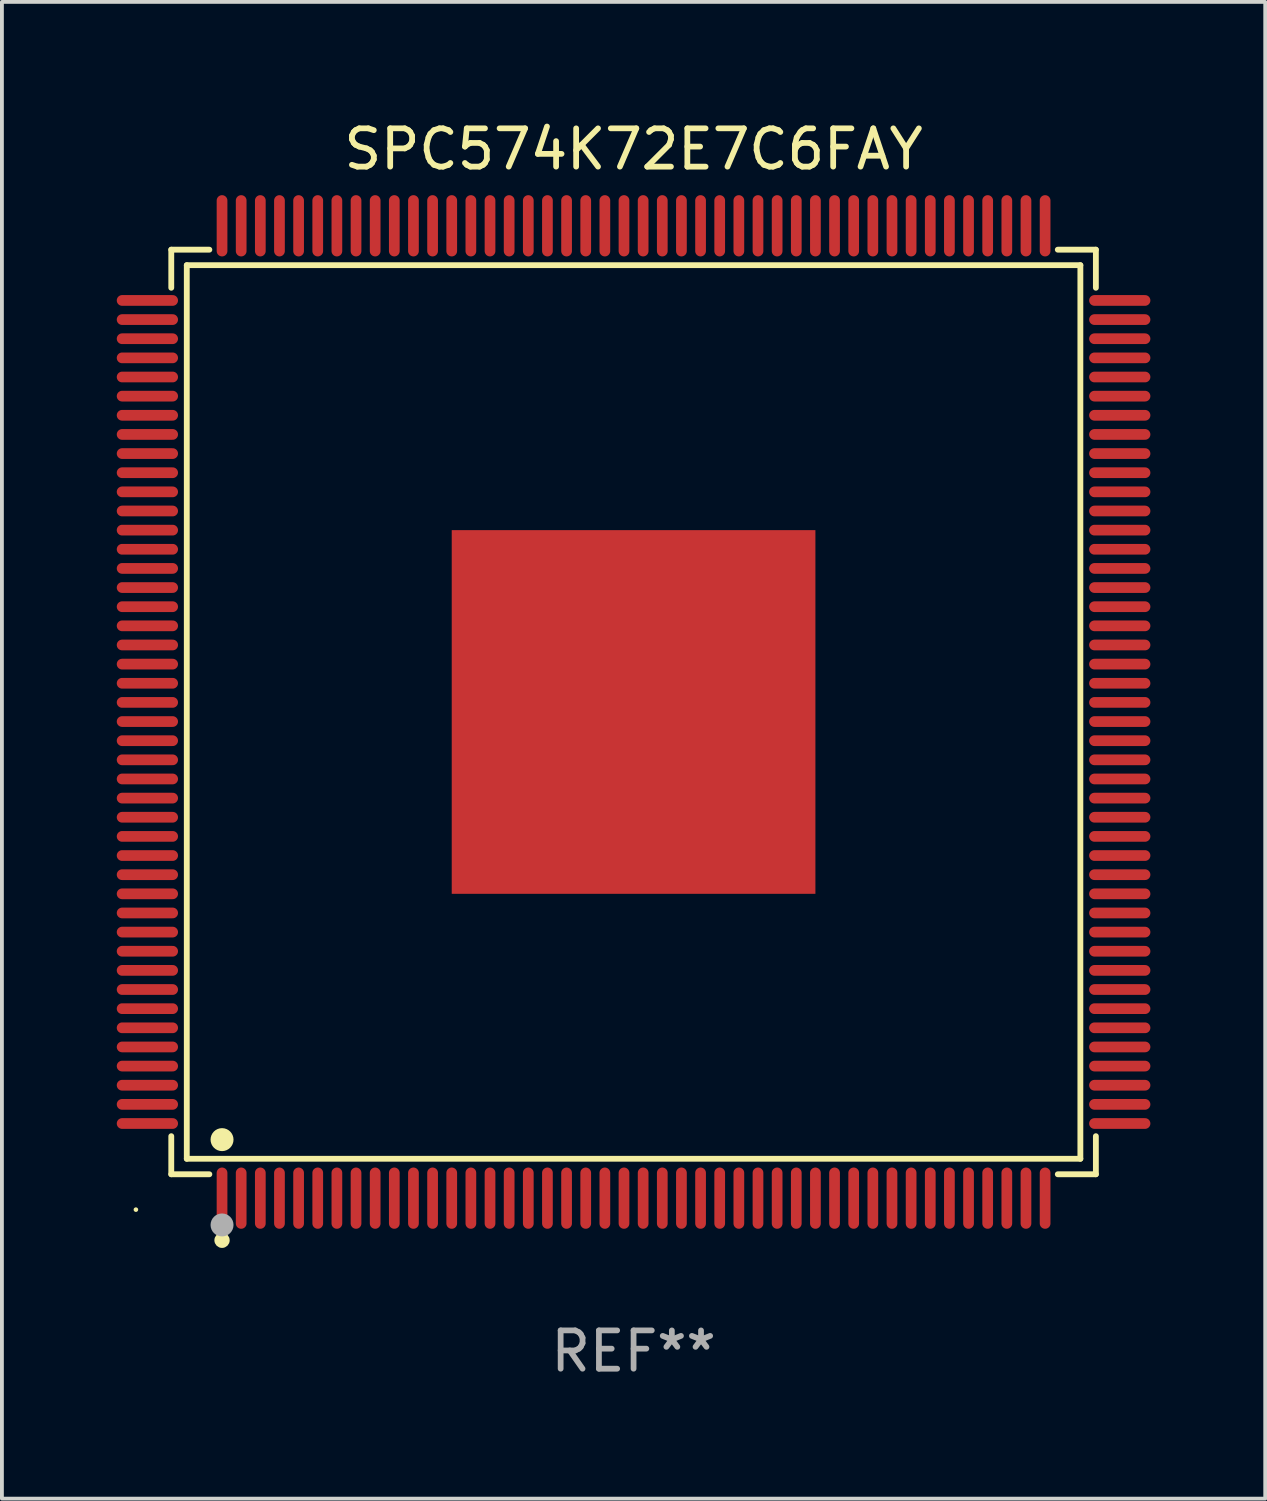
<source format=kicad_pcb>
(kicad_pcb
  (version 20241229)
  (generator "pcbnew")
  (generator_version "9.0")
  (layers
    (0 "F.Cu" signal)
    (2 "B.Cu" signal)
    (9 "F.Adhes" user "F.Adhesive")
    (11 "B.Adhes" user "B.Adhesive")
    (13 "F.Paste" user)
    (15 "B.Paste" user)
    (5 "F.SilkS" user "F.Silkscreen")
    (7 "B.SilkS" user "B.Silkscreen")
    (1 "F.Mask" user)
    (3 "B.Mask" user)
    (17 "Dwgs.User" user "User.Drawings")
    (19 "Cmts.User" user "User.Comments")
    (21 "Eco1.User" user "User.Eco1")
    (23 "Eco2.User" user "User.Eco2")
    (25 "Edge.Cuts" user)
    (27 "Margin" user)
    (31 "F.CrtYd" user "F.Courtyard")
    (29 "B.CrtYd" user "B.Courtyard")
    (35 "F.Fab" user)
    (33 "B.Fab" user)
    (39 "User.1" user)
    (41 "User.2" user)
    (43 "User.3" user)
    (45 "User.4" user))
  (footprint "SPC574K72E7C6FAY"
    (layer "F.Cu")
    (at 13.5 15.548)
    (property "Reference" "SPC574K72E7C6FAY" (at 0 -14.7 0) (layer "F.SilkS") (effects (font (size 1 1) (thickness 0.15))))
    (attr through_hole)
    (fp_line (start -12.076 -12.076) (end -11.081 -12.076) (stroke (width 0.152) (type solid)) (layer "F.SilkS"))
    (fp_line (start -12.076 -11.081) (end -12.076 -12.076) (stroke (width 0.152) (type solid)) (layer "F.SilkS"))
    (fp_line (start -12.076 11.081) (end -12.076 12.076) (stroke (width 0.152) (type solid)) (layer "F.SilkS"))
    (fp_line (start -12.076 12.076) (end -11.081 12.076) (stroke (width 0.152) (type solid)) (layer "F.SilkS"))
    (fp_line (start -11.671 -11.671) (end 11.671 -11.671) (stroke (width 0.152) (type solid)) (layer "F.SilkS"))
    (fp_line (start -11.671 11.671) (end -11.671 -11.671) (stroke (width 0.152) (type solid)) (layer "F.SilkS"))
    (fp_line (start 11.671 -11.671) (end 11.671 11.671) (stroke (width 0.152) (type solid)) (layer "F.SilkS"))
    (fp_line (start 11.671 11.671) (end -11.671 11.671) (stroke (width 0.152) (type solid)) (layer "F.SilkS"))
    (fp_line (start 12.076 -12.076) (end 11.081 -12.076) (stroke (width 0.152) (type solid)) (layer "F.SilkS"))
    (fp_line (start 12.076 -11.081) (end 12.076 -12.076) (stroke (width 0.152) (type solid)) (layer "F.SilkS"))
    (fp_line (start 12.076 11.081) (end 12.076 12.076) (stroke (width 0.152) (type solid)) (layer "F.SilkS"))
    (fp_line (start 12.076 12.076) (end 11.081 12.076) (stroke (width 0.152) (type solid)) (layer "F.SilkS"))
    (fp_circle (center -13 13) (end -12.97 13) (stroke (width 0.06) (type solid)) (fill no) (layer "F.SilkS"))
    (fp_circle (center -10.75 11.171) (end -10.6 11.171) (stroke (width 0.3) (type solid)) (fill no) (layer "F.SilkS"))
    (fp_circle (center -10.75 13.8) (end -10.65 13.8) (stroke (width 0.2) (type solid)) (fill no) (layer "F.SilkS"))
    (fp_circle (center -10.75 13.4) (end -10.6 13.4) (stroke (width 0.3) (type solid)) (fill no) (layer "F.Fab"))
    (fp_text user "REF**" (at 0 16.7 0) (layer "F.Fab") (effects (font (size 1 1) (thickness 0.15))))
    (pad "1" smd oval (at -10.75 12.7) (size 0.28 1.6) (layers "F.Cu" "F.Mask" "F.Paste"))
    (pad "2" smd oval (at -10.25 12.7) (size 0.28 1.6) (layers "F.Cu" "F.Mask" "F.Paste"))
    (pad "3" smd oval (at -9.75 12.7) (size 0.28 1.6) (layers "F.Cu" "F.Mask" "F.Paste"))
    (pad "4" smd oval (at -9.25 12.7) (size 0.28 1.6) (layers "F.Cu" "F.Mask" "F.Paste"))
    (pad "5" smd oval (at -8.75 12.7) (size 0.28 1.6) (layers "F.Cu" "F.Mask" "F.Paste"))
    (pad "6" smd oval (at -8.25 12.7) (size 0.28 1.6) (layers "F.Cu" "F.Mask" "F.Paste"))
    (pad "7" smd oval (at -7.75 12.7) (size 0.28 1.6) (layers "F.Cu" "F.Mask" "F.Paste"))
    (pad "8" smd oval (at -7.25 12.7) (size 0.28 1.6) (layers "F.Cu" "F.Mask" "F.Paste"))
    (pad "9" smd oval (at -6.75 12.7) (size 0.28 1.6) (layers "F.Cu" "F.Mask" "F.Paste"))
    (pad "10" smd oval (at -6.25 12.7) (size 0.28 1.6) (layers "F.Cu" "F.Mask" "F.Paste"))
    (pad "11" smd oval (at -5.75 12.7) (size 0.28 1.6) (layers "F.Cu" "F.Mask" "F.Paste"))
    (pad "12" smd oval (at -5.25 12.7) (size 0.28 1.6) (layers "F.Cu" "F.Mask" "F.Paste"))
    (pad "13" smd oval (at -4.75 12.7) (size 0.28 1.6) (layers "F.Cu" "F.Mask" "F.Paste"))
    (pad "14" smd oval (at -4.25 12.7) (size 0.28 1.6) (layers "F.Cu" "F.Mask" "F.Paste"))
    (pad "15" smd oval (at -3.75 12.7) (size 0.28 1.6) (layers "F.Cu" "F.Mask" "F.Paste"))
    (pad "16" smd oval (at -3.25 12.7) (size 0.28 1.6) (layers "F.Cu" "F.Mask" "F.Paste"))
    (pad "17" smd oval (at -2.75 12.7) (size 0.28 1.6) (layers "F.Cu" "F.Mask" "F.Paste"))
    (pad "18" smd oval (at -2.25 12.7) (size 0.28 1.6) (layers "F.Cu" "F.Mask" "F.Paste"))
    (pad "19" smd oval (at -1.75 12.7) (size 0.28 1.6) (layers "F.Cu" "F.Mask" "F.Paste"))
    (pad "20" smd oval (at -1.25 12.7) (size 0.28 1.6) (layers "F.Cu" "F.Mask" "F.Paste"))
    (pad "21" smd oval (at -0.75 12.7) (size 0.28 1.6) (layers "F.Cu" "F.Mask" "F.Paste"))
    (pad "22" smd oval (at -0.25 12.7) (size 0.28 1.6) (layers "F.Cu" "F.Mask" "F.Paste"))
    (pad "23" smd oval (at 0.25 12.7) (size 0.28 1.6) (layers "F.Cu" "F.Mask" "F.Paste"))
    (pad "24" smd oval (at 0.75 12.7) (size 0.28 1.6) (layers "F.Cu" "F.Mask" "F.Paste"))
    (pad "25" smd oval (at 1.25 12.7) (size 0.28 1.6) (layers "F.Cu" "F.Mask" "F.Paste"))
    (pad "26" smd oval (at 1.75 12.7) (size 0.28 1.6) (layers "F.Cu" "F.Mask" "F.Paste"))
    (pad "27" smd oval (at 2.25 12.7) (size 0.28 1.6) (layers "F.Cu" "F.Mask" "F.Paste"))
    (pad "28" smd oval (at 2.75 12.7) (size 0.28 1.6) (layers "F.Cu" "F.Mask" "F.Paste"))
    (pad "29" smd oval (at 3.25 12.7) (size 0.28 1.6) (layers "F.Cu" "F.Mask" "F.Paste"))
    (pad "30" smd oval (at 3.75 12.7) (size 0.28 1.6) (layers "F.Cu" "F.Mask" "F.Paste"))
    (pad "31" smd oval (at 4.25 12.7) (size 0.28 1.6) (layers "F.Cu" "F.Mask" "F.Paste"))
    (pad "32" smd oval (at 4.75 12.7) (size 0.28 1.6) (layers "F.Cu" "F.Mask" "F.Paste"))
    (pad "33" smd oval (at 5.25 12.7) (size 0.28 1.6) (layers "F.Cu" "F.Mask" "F.Paste"))
    (pad "34" smd oval (at 5.75 12.7) (size 0.28 1.6) (layers "F.Cu" "F.Mask" "F.Paste"))
    (pad "35" smd oval (at 6.25 12.7) (size 0.28 1.6) (layers "F.Cu" "F.Mask" "F.Paste"))
    (pad "36" smd oval (at 6.75 12.7) (size 0.28 1.6) (layers "F.Cu" "F.Mask" "F.Paste"))
    (pad "37" smd oval (at 7.25 12.7) (size 0.28 1.6) (layers "F.Cu" "F.Mask" "F.Paste"))
    (pad "38" smd oval (at 7.75 12.7) (size 0.28 1.6) (layers "F.Cu" "F.Mask" "F.Paste"))
    (pad "39" smd oval (at 8.25 12.7) (size 0.28 1.6) (layers "F.Cu" "F.Mask" "F.Paste"))
    (pad "40" smd oval (at 8.75 12.7) (size 0.28 1.6) (layers "F.Cu" "F.Mask" "F.Paste"))
    (pad "41" smd oval (at 9.25 12.7) (size 0.28 1.6) (layers "F.Cu" "F.Mask" "F.Paste"))
    (pad "42" smd oval (at 9.75 12.7) (size 0.28 1.6) (layers "F.Cu" "F.Mask" "F.Paste"))
    (pad "43" smd oval (at 10.25 12.7) (size 0.28 1.6) (layers "F.Cu" "F.Mask" "F.Paste"))
    (pad "44" smd oval (at 10.75 12.7) (size 0.28 1.6) (layers "F.Cu" "F.Mask" "F.Paste"))
    (pad "45" smd oval (at 12.7 10.75) (size 1.6 0.28) (layers "F.Cu" "F.Mask" "F.Paste"))
    (pad "46" smd oval (at 12.7 10.25) (size 1.6 0.28) (layers "F.Cu" "F.Mask" "F.Paste"))
    (pad "47" smd oval (at 12.7 9.75) (size 1.6 0.28) (layers "F.Cu" "F.Mask" "F.Paste"))
    (pad "48" smd oval (at 12.7 9.25) (size 1.6 0.28) (layers "F.Cu" "F.Mask" "F.Paste"))
    (pad "49" smd oval (at 12.7 8.75) (size 1.6 0.28) (layers "F.Cu" "F.Mask" "F.Paste"))
    (pad "50" smd oval (at 12.7 8.25) (size 1.6 0.28) (layers "F.Cu" "F.Mask" "F.Paste"))
    (pad "51" smd oval (at 12.7 7.75) (size 1.6 0.28) (layers "F.Cu" "F.Mask" "F.Paste"))
    (pad "52" smd oval (at 12.7 7.25) (size 1.6 0.28) (layers "F.Cu" "F.Mask" "F.Paste"))
    (pad "53" smd oval (at 12.7 6.75) (size 1.6 0.28) (layers "F.Cu" "F.Mask" "F.Paste"))
    (pad "54" smd oval (at 12.7 6.25) (size 1.6 0.28) (layers "F.Cu" "F.Mask" "F.Paste"))
    (pad "55" smd oval (at 12.7 5.75) (size 1.6 0.28) (layers "F.Cu" "F.Mask" "F.Paste"))
    (pad "56" smd oval (at 12.7 5.25) (size 1.6 0.28) (layers "F.Cu" "F.Mask" "F.Paste"))
    (pad "57" smd oval (at 12.7 4.75) (size 1.6 0.28) (layers "F.Cu" "F.Mask" "F.Paste"))
    (pad "58" smd oval (at 12.7 4.25) (size 1.6 0.28) (layers "F.Cu" "F.Mask" "F.Paste"))
    (pad "59" smd oval (at 12.7 3.75) (size 1.6 0.28) (layers "F.Cu" "F.Mask" "F.Paste"))
    (pad "60" smd oval (at 12.7 3.25) (size 1.6 0.28) (layers "F.Cu" "F.Mask" "F.Paste"))
    (pad "61" smd oval (at 12.7 2.75) (size 1.6 0.28) (layers "F.Cu" "F.Mask" "F.Paste"))
    (pad "62" smd oval (at 12.7 2.25) (size 1.6 0.28) (layers "F.Cu" "F.Mask" "F.Paste"))
    (pad "63" smd oval (at 12.7 1.75) (size 1.6 0.28) (layers "F.Cu" "F.Mask" "F.Paste"))
    (pad "64" smd oval (at 12.7 1.25) (size 1.6 0.28) (layers "F.Cu" "F.Mask" "F.Paste"))
    (pad "65" smd oval (at 12.7 0.75) (size 1.6 0.28) (layers "F.Cu" "F.Mask" "F.Paste"))
    (pad "66" smd oval (at 12.7 0.25) (size 1.6 0.28) (layers "F.Cu" "F.Mask" "F.Paste"))
    (pad "67" smd oval (at 12.7 -0.25) (size 1.6 0.28) (layers "F.Cu" "F.Mask" "F.Paste"))
    (pad "68" smd oval (at 12.7 -0.75) (size 1.6 0.28) (layers "F.Cu" "F.Mask" "F.Paste"))
    (pad "69" smd oval (at 12.7 -1.25) (size 1.6 0.28) (layers "F.Cu" "F.Mask" "F.Paste"))
    (pad "70" smd oval (at 12.7 -1.75) (size 1.6 0.28) (layers "F.Cu" "F.Mask" "F.Paste"))
    (pad "71" smd oval (at 12.7 -2.25) (size 1.6 0.28) (layers "F.Cu" "F.Mask" "F.Paste"))
    (pad "72" smd oval (at 12.7 -2.75) (size 1.6 0.28) (layers "F.Cu" "F.Mask" "F.Paste"))
    (pad "73" smd oval (at 12.7 -3.25) (size 1.6 0.28) (layers "F.Cu" "F.Mask" "F.Paste"))
    (pad "74" smd oval (at 12.7 -3.75) (size 1.6 0.28) (layers "F.Cu" "F.Mask" "F.Paste"))
    (pad "75" smd oval (at 12.7 -4.25) (size 1.6 0.28) (layers "F.Cu" "F.Mask" "F.Paste"))
    (pad "76" smd oval (at 12.7 -4.75) (size 1.6 0.28) (layers "F.Cu" "F.Mask" "F.Paste"))
    (pad "77" smd oval (at 12.7 -5.25) (size 1.6 0.28) (layers "F.Cu" "F.Mask" "F.Paste"))
    (pad "78" smd oval (at 12.7 -5.75) (size 1.6 0.28) (layers "F.Cu" "F.Mask" "F.Paste"))
    (pad "79" smd oval (at 12.7 -6.25) (size 1.6 0.28) (layers "F.Cu" "F.Mask" "F.Paste"))
    (pad "80" smd oval (at 12.7 -6.75) (size 1.6 0.28) (layers "F.Cu" "F.Mask" "F.Paste"))
    (pad "81" smd oval (at 12.7 -7.25) (size 1.6 0.28) (layers "F.Cu" "F.Mask" "F.Paste"))
    (pad "82" smd oval (at 12.7 -7.75) (size 1.6 0.28) (layers "F.Cu" "F.Mask" "F.Paste"))
    (pad "83" smd oval (at 12.7 -8.25) (size 1.6 0.28) (layers "F.Cu" "F.Mask" "F.Paste"))
    (pad "84" smd oval (at 12.7 -8.75) (size 1.6 0.28) (layers "F.Cu" "F.Mask" "F.Paste"))
    (pad "85" smd oval (at 12.7 -9.25) (size 1.6 0.28) (layers "F.Cu" "F.Mask" "F.Paste"))
    (pad "86" smd oval (at 12.7 -9.75) (size 1.6 0.28) (layers "F.Cu" "F.Mask" "F.Paste"))
    (pad "87" smd oval (at 12.7 -10.25) (size 1.6 0.28) (layers "F.Cu" "F.Mask" "F.Paste"))
    (pad "88" smd oval (at 12.7 -10.75) (size 1.6 0.28) (layers "F.Cu" "F.Mask" "F.Paste"))
    (pad "89" smd oval (at 10.75 -12.7) (size 0.28 1.6) (layers "F.Cu" "F.Mask" "F.Paste"))
    (pad "90" smd oval (at 10.25 -12.7) (size 0.28 1.6) (layers "F.Cu" "F.Mask" "F.Paste"))
    (pad "91" smd oval (at 9.75 -12.7) (size 0.28 1.6) (layers "F.Cu" "F.Mask" "F.Paste"))
    (pad "92" smd oval (at 9.25 -12.7) (size 0.28 1.6) (layers "F.Cu" "F.Mask" "F.Paste"))
    (pad "93" smd oval (at 8.75 -12.7) (size 0.28 1.6) (layers "F.Cu" "F.Mask" "F.Paste"))
    (pad "94" smd oval (at 8.25 -12.7) (size 0.28 1.6) (layers "F.Cu" "F.Mask" "F.Paste"))
    (pad "95" smd oval (at 7.75 -12.7) (size 0.28 1.6) (layers "F.Cu" "F.Mask" "F.Paste"))
    (pad "96" smd oval (at 7.25 -12.7) (size 0.28 1.6) (layers "F.Cu" "F.Mask" "F.Paste"))
    (pad "97" smd oval (at 6.75 -12.7) (size 0.28 1.6) (layers "F.Cu" "F.Mask" "F.Paste"))
    (pad "98" smd oval (at 6.25 -12.7) (size 0.28 1.6) (layers "F.Cu" "F.Mask" "F.Paste"))
    (pad "99" smd oval (at 5.75 -12.7) (size 0.28 1.6) (layers "F.Cu" "F.Mask" "F.Paste"))
    (pad "100" smd oval (at 5.25 -12.7) (size 0.28 1.6) (layers "F.Cu" "F.Mask" "F.Paste"))
    (pad "101" smd oval (at 4.75 -12.7) (size 0.28 1.6) (layers "F.Cu" "F.Mask" "F.Paste"))
    (pad "102" smd oval (at 4.25 -12.7) (size 0.28 1.6) (layers "F.Cu" "F.Mask" "F.Paste"))
    (pad "103" smd oval (at 3.75 -12.7) (size 0.28 1.6) (layers "F.Cu" "F.Mask" "F.Paste"))
    (pad "104" smd oval (at 3.25 -12.7) (size 0.28 1.6) (layers "F.Cu" "F.Mask" "F.Paste"))
    (pad "105" smd oval (at 2.75 -12.7) (size 0.28 1.6) (layers "F.Cu" "F.Mask" "F.Paste"))
    (pad "106" smd oval (at 2.25 -12.7) (size 0.28 1.6) (layers "F.Cu" "F.Mask" "F.Paste"))
    (pad "107" smd oval (at 1.75 -12.7) (size 0.28 1.6) (layers "F.Cu" "F.Mask" "F.Paste"))
    (pad "108" smd oval (at 1.25 -12.7) (size 0.28 1.6) (layers "F.Cu" "F.Mask" "F.Paste"))
    (pad "109" smd oval (at 0.75 -12.7) (size 0.28 1.6) (layers "F.Cu" "F.Mask" "F.Paste"))
    (pad "110" smd oval (at 0.25 -12.7) (size 0.28 1.6) (layers "F.Cu" "F.Mask" "F.Paste"))
    (pad "111" smd oval (at -0.25 -12.7) (size 0.28 1.6) (layers "F.Cu" "F.Mask" "F.Paste"))
    (pad "112" smd oval (at -0.75 -12.7) (size 0.28 1.6) (layers "F.Cu" "F.Mask" "F.Paste"))
    (pad "113" smd oval (at -1.25 -12.7) (size 0.28 1.6) (layers "F.Cu" "F.Mask" "F.Paste"))
    (pad "114" smd oval (at -1.75 -12.7) (size 0.28 1.6) (layers "F.Cu" "F.Mask" "F.Paste"))
    (pad "115" smd oval (at -2.25 -12.7) (size 0.28 1.6) (layers "F.Cu" "F.Mask" "F.Paste"))
    (pad "116" smd oval (at -2.75 -12.7) (size 0.28 1.6) (layers "F.Cu" "F.Mask" "F.Paste"))
    (pad "117" smd oval (at -3.25 -12.7) (size 0.28 1.6) (layers "F.Cu" "F.Mask" "F.Paste"))
    (pad "118" smd oval (at -3.75 -12.7) (size 0.28 1.6) (layers "F.Cu" "F.Mask" "F.Paste"))
    (pad "119" smd oval (at -4.25 -12.7) (size 0.28 1.6) (layers "F.Cu" "F.Mask" "F.Paste"))
    (pad "120" smd oval (at -4.75 -12.7) (size 0.28 1.6) (layers "F.Cu" "F.Mask" "F.Paste"))
    (pad "121" smd oval (at -5.25 -12.7) (size 0.28 1.6) (layers "F.Cu" "F.Mask" "F.Paste"))
    (pad "122" smd oval (at -5.75 -12.7) (size 0.28 1.6) (layers "F.Cu" "F.Mask" "F.Paste"))
    (pad "123" smd oval (at -6.25 -12.7) (size 0.28 1.6) (layers "F.Cu" "F.Mask" "F.Paste"))
    (pad "124" smd oval (at -6.75 -12.7) (size 0.28 1.6) (layers "F.Cu" "F.Mask" "F.Paste"))
    (pad "125" smd oval (at -7.25 -12.7) (size 0.28 1.6) (layers "F.Cu" "F.Mask" "F.Paste"))
    (pad "126" smd oval (at -7.75 -12.7) (size 0.28 1.6) (layers "F.Cu" "F.Mask" "F.Paste"))
    (pad "127" smd oval (at -8.25 -12.7) (size 0.28 1.6) (layers "F.Cu" "F.Mask" "F.Paste"))
    (pad "128" smd oval (at -8.75 -12.7) (size 0.28 1.6) (layers "F.Cu" "F.Mask" "F.Paste"))
    (pad "129" smd oval (at -9.25 -12.7) (size 0.28 1.6) (layers "F.Cu" "F.Mask" "F.Paste"))
    (pad "130" smd oval (at -9.75 -12.7) (size 0.28 1.6) (layers "F.Cu" "F.Mask" "F.Paste"))
    (pad "131" smd oval (at -10.25 -12.7) (size 0.28 1.6) (layers "F.Cu" "F.Mask" "F.Paste"))
    (pad "132" smd oval (at -10.75 -12.7) (size 0.28 1.6) (layers "F.Cu" "F.Mask" "F.Paste"))
    (pad "133" smd oval (at -12.7 -10.75) (size 1.6 0.28) (layers "F.Cu" "F.Mask" "F.Paste"))
    (pad "134" smd oval (at -12.7 -10.25) (size 1.6 0.28) (layers "F.Cu" "F.Mask" "F.Paste"))
    (pad "135" smd oval (at -12.7 -9.75) (size 1.6 0.28) (layers "F.Cu" "F.Mask" "F.Paste"))
    (pad "136" smd oval (at -12.7 -9.25) (size 1.6 0.28) (layers "F.Cu" "F.Mask" "F.Paste"))
    (pad "137" smd oval (at -12.7 -8.75) (size 1.6 0.28) (layers "F.Cu" "F.Mask" "F.Paste"))
    (pad "138" smd oval (at -12.7 -8.25) (size 1.6 0.28) (layers "F.Cu" "F.Mask" "F.Paste"))
    (pad "139" smd oval (at -12.7 -7.75) (size 1.6 0.28) (layers "F.Cu" "F.Mask" "F.Paste"))
    (pad "140" smd oval (at -12.7 -7.25) (size 1.6 0.28) (layers "F.Cu" "F.Mask" "F.Paste"))
    (pad "141" smd oval (at -12.7 -6.75) (size 1.6 0.28) (layers "F.Cu" "F.Mask" "F.Paste"))
    (pad "142" smd oval (at -12.7 -6.25) (size 1.6 0.28) (layers "F.Cu" "F.Mask" "F.Paste"))
    (pad "143" smd oval (at -12.7 -5.75) (size 1.6 0.28) (layers "F.Cu" "F.Mask" "F.Paste"))
    (pad "144" smd oval (at -12.7 -5.25) (size 1.6 0.28) (layers "F.Cu" "F.Mask" "F.Paste"))
    (pad "145" smd oval (at -12.7 -4.75) (size 1.6 0.28) (layers "F.Cu" "F.Mask" "F.Paste"))
    (pad "146" smd oval (at -12.7 -4.25) (size 1.6 0.28) (layers "F.Cu" "F.Mask" "F.Paste"))
    (pad "147" smd oval (at -12.7 -3.75) (size 1.6 0.28) (layers "F.Cu" "F.Mask" "F.Paste"))
    (pad "148" smd oval (at -12.7 -3.25) (size 1.6 0.28) (layers "F.Cu" "F.Mask" "F.Paste"))
    (pad "149" smd oval (at -12.7 -2.75) (size 1.6 0.28) (layers "F.Cu" "F.Mask" "F.Paste"))
    (pad "150" smd oval (at -12.7 -2.25) (size 1.6 0.28) (layers "F.Cu" "F.Mask" "F.Paste"))
    (pad "151" smd oval (at -12.7 -1.75) (size 1.6 0.28) (layers "F.Cu" "F.Mask" "F.Paste"))
    (pad "152" smd oval (at -12.7 -1.25) (size 1.6 0.28) (layers "F.Cu" "F.Mask" "F.Paste"))
    (pad "153" smd oval (at -12.7 -0.75) (size 1.6 0.28) (layers "F.Cu" "F.Mask" "F.Paste"))
    (pad "154" smd oval (at -12.7 -0.25) (size 1.6 0.28) (layers "F.Cu" "F.Mask" "F.Paste"))
    (pad "155" smd oval (at -12.7 0.25) (size 1.6 0.28) (layers "F.Cu" "F.Mask" "F.Paste"))
    (pad "156" smd oval (at -12.7 0.75) (size 1.6 0.28) (layers "F.Cu" "F.Mask" "F.Paste"))
    (pad "157" smd oval (at -12.7 1.25) (size 1.6 0.28) (layers "F.Cu" "F.Mask" "F.Paste"))
    (pad "158" smd oval (at -12.7 1.75) (size 1.6 0.28) (layers "F.Cu" "F.Mask" "F.Paste"))
    (pad "159" smd oval (at -12.7 2.25) (size 1.6 0.28) (layers "F.Cu" "F.Mask" "F.Paste"))
    (pad "160" smd oval (at -12.7 2.75) (size 1.6 0.28) (layers "F.Cu" "F.Mask" "F.Paste"))
    (pad "161" smd oval (at -12.7 3.25) (size 1.6 0.28) (layers "F.Cu" "F.Mask" "F.Paste"))
    (pad "162" smd oval (at -12.7 3.75) (size 1.6 0.28) (layers "F.Cu" "F.Mask" "F.Paste"))
    (pad "163" smd oval (at -12.7 4.25) (size 1.6 0.28) (layers "F.Cu" "F.Mask" "F.Paste"))
    (pad "164" smd oval (at -12.7 4.75) (size 1.6 0.28) (layers "F.Cu" "F.Mask" "F.Paste"))
    (pad "165" smd oval (at -12.7 5.25) (size 1.6 0.28) (layers "F.Cu" "F.Mask" "F.Paste"))
    (pad "166" smd oval (at -12.7 5.75) (size 1.6 0.28) (layers "F.Cu" "F.Mask" "F.Paste"))
    (pad "167" smd oval (at -12.7 6.25) (size 1.6 0.28) (layers "F.Cu" "F.Mask" "F.Paste"))
    (pad "168" smd oval (at -12.7 6.75) (size 1.6 0.28) (layers "F.Cu" "F.Mask" "F.Paste"))
    (pad "169" smd oval (at -12.7 7.25) (size 1.6 0.28) (layers "F.Cu" "F.Mask" "F.Paste"))
    (pad "170" smd oval (at -12.7 7.75) (size 1.6 0.28) (layers "F.Cu" "F.Mask" "F.Paste"))
    (pad "171" smd oval (at -12.7 8.25) (size 1.6 0.28) (layers "F.Cu" "F.Mask" "F.Paste"))
    (pad "172" smd oval (at -12.7 8.75) (size 1.6 0.28) (layers "F.Cu" "F.Mask" "F.Paste"))
    (pad "173" smd oval (at -12.7 9.25) (size 1.6 0.28) (layers "F.Cu" "F.Mask" "F.Paste"))
    (pad "174" smd oval (at -12.7 9.75) (size 1.6 0.28) (layers "F.Cu" "F.Mask" "F.Paste"))
    (pad "175" smd oval (at -12.7 10.25) (size 1.6 0.28) (layers "F.Cu" "F.Mask" "F.Paste"))
    (pad "176" smd oval (at -12.7 10.75) (size 1.6 0.28) (layers "F.Cu" "F.Mask" "F.Paste"))
    (pad "177" smd rect (at 0 0) (size 9.5 9.5) (layers "F.Cu" "F.Mask" "F.Paste")))
  (gr_rect
    (start -3 -3)
    (end 30 36.097)
    (stroke (width 0.1) (type default))
    (fill no)
    (layer "Edge.Cuts")))
</source>
